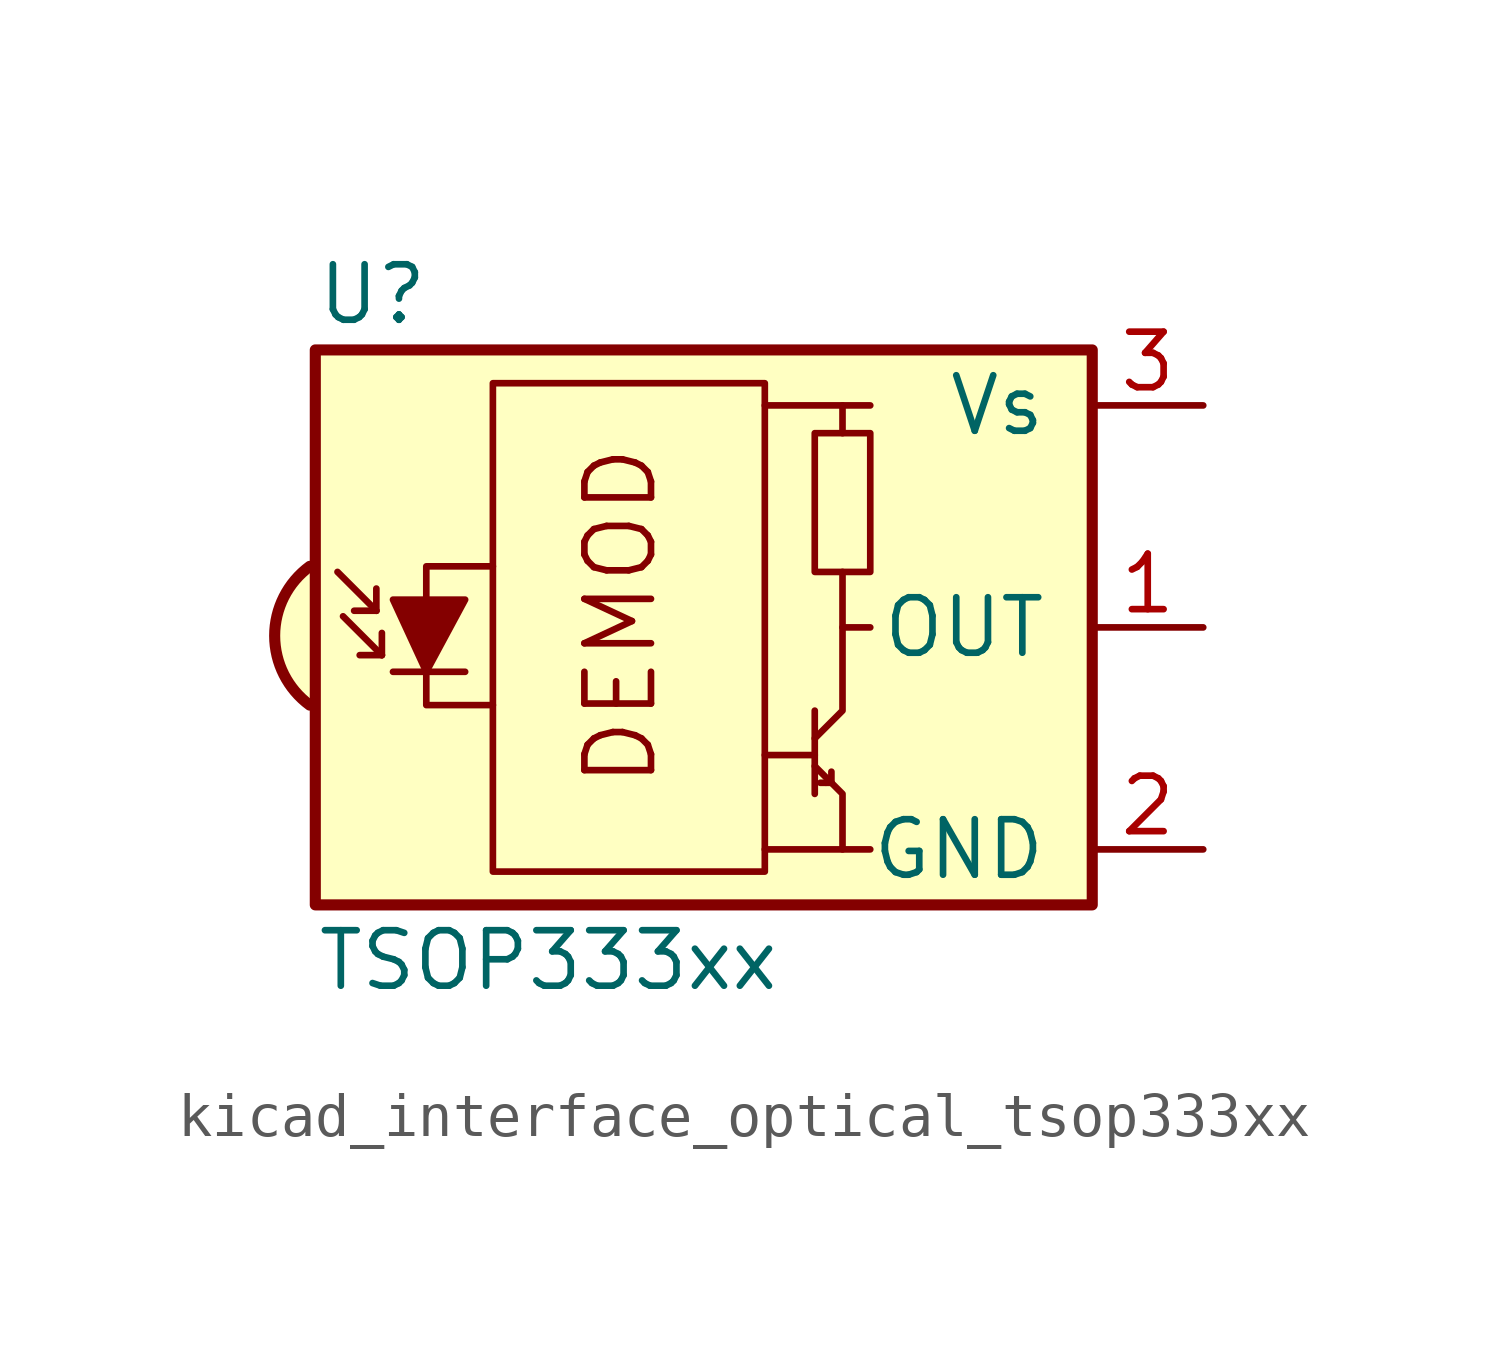
<source format=kicad_sym>
(kicad_symbol_lib
  (version 20220914)
  (generator kicad_symbol_editor)
  (symbol "kicad_interface_optical_tsop333xx"
    (pin_names
      (offset 1.016))
    (property "Reference" "U"
      (at -10.16 7.62 0)
      (effects (font (size 1.27 1.27)) (justify left)))
    (property "Value" "TSOP333xx"
      (at -10.16 -7.62 0)
      (effects (font (size 1.27 1.27)) (justify left)))
    (symbol "kicad_interface_optical_tsop333xx_0_0"
      (arc (start -10.287 1.397) (mid -11.0899 -0.1852) (end -10.287 -1.778) (stroke (width 0.254) (type default)) (fill (type background)))
      (polyline (pts (xy 1.905 -5.08) (xy 0.127 -5.08)) (stroke (width 0) (type default)) (fill (type none)))
      (polyline (pts (xy 1.905 5.08) (xy 0.127 5.08)) (stroke (width 0) (type default)) (fill (type none)))
      (text "DEMOD" (at -3.175 0.254 900) (effects (font (size 1.524 1.524)))))
    (symbol "kicad_interface_optical_tsop333xx_0_1"
      (rectangle (start -6.096 5.588) (end 0.127 -5.588) (stroke (width 0) (type default)) (fill (type none)))
      (polyline (pts (xy -8.763 0.381) (xy -9.652 1.27)) (stroke (width 0) (type default)) (fill (type none)))
      (polyline (pts (xy -8.763 0.381) (xy -9.271 0.381)) (stroke (width 0) (type default)) (fill (type none)))
      (polyline (pts (xy -8.763 0.381) (xy -8.763 0.889)) (stroke (width 0) (type default)) (fill (type none)))
      (polyline (pts (xy -8.636 -0.635) (xy -9.525 0.254)) (stroke (width 0) (type default)) (fill (type none)))
      (polyline (pts (xy -8.636 -0.635) (xy -9.144 -0.635)) (stroke (width 0) (type default)) (fill (type none)))
      (polyline (pts (xy -8.636 -0.635) (xy -8.636 -0.127)) (stroke (width 0) (type default)) (fill (type none)))
      (polyline (pts (xy -8.382 -1.016) (xy -6.731 -1.016)) (stroke (width 0) (type default)) (fill (type none)))
      (polyline (pts (xy 1.27 -2.921) (xy 0.127 -2.921)) (stroke (width 0) (type default)) (fill (type none)))
      (polyline (pts (xy 1.27 -1.905) (xy 1.27 -3.81)) (stroke (width 0) (type default)) (fill (type none)))
      (polyline (pts (xy 1.397 -3.556) (xy 1.524 -3.556)) (stroke (width 0) (type default)) (fill (type none)))
      (polyline (pts (xy 1.651 -3.556) (xy 1.524 -3.556)) (stroke (width 0) (type default)) (fill (type none)))
      (polyline (pts (xy 1.651 -3.556) (xy 1.651 -3.302)) (stroke (width 0) (type default)) (fill (type none)))
      (polyline (pts (xy 1.905 0) (xy 1.905 1.27)) (stroke (width 0) (type default)) (fill (type none)))
      (polyline (pts (xy 1.905 4.445) (xy 1.905 5.08) (xy 2.54 5.08)) (stroke (width 0) (type default)) (fill (type none)))
      (polyline (pts (xy -8.382 0.635) (xy -6.731 0.635) (xy -7.62 -1.016) (xy -8.382 0.635)) (stroke (width 0) (type default)) (fill (type outline)))
      (polyline (pts (xy -6.096 1.397) (xy -7.62 1.397) (xy -7.62 -1.778) (xy -6.096 -1.778)) (stroke (width 0) (type default)) (fill (type none)))
      (polyline (pts (xy 1.27 -3.175) (xy 1.905 -3.81) (xy 1.905 -5.08) (xy 2.54 -5.08)) (stroke (width 0) (type default)) (fill (type none)))
      (polyline (pts (xy 1.27 -2.54) (xy 1.905 -1.905) (xy 1.905 0) (xy 2.54 0)) (stroke (width 0) (type default)) (fill (type none)))
      (rectangle (start 2.54 1.27) (end 1.27 4.445) (stroke (width 0) (type default)) (fill (type none)))
      (rectangle (start 7.62 6.35) (end -10.16 -6.35) (stroke (width 0.254) (type default)) (fill (type background))))
    (symbol "kicad_interface_optical_tsop333xx_1_1"
      (pin output line (at 10.16 0 180) (length 2.54) (name "OUT" (effects (font (size 1.27 1.27)))) (number "1" (effects (font (size 1.27 1.27)))))
      (pin power_in line (at 10.16 -5.08 180) (length 2.54) (name "GND" (effects (font (size 1.27 1.27)))) (number "2" (effects (font (size 1.27 1.27)))))
      (pin power_in line (at 10.16 5.08 180) (length 2.54) (name "Vs" (effects (font (size 1.27 1.27)))) (number "3" (effects (font (size 1.27 1.27))))))))
</source>
